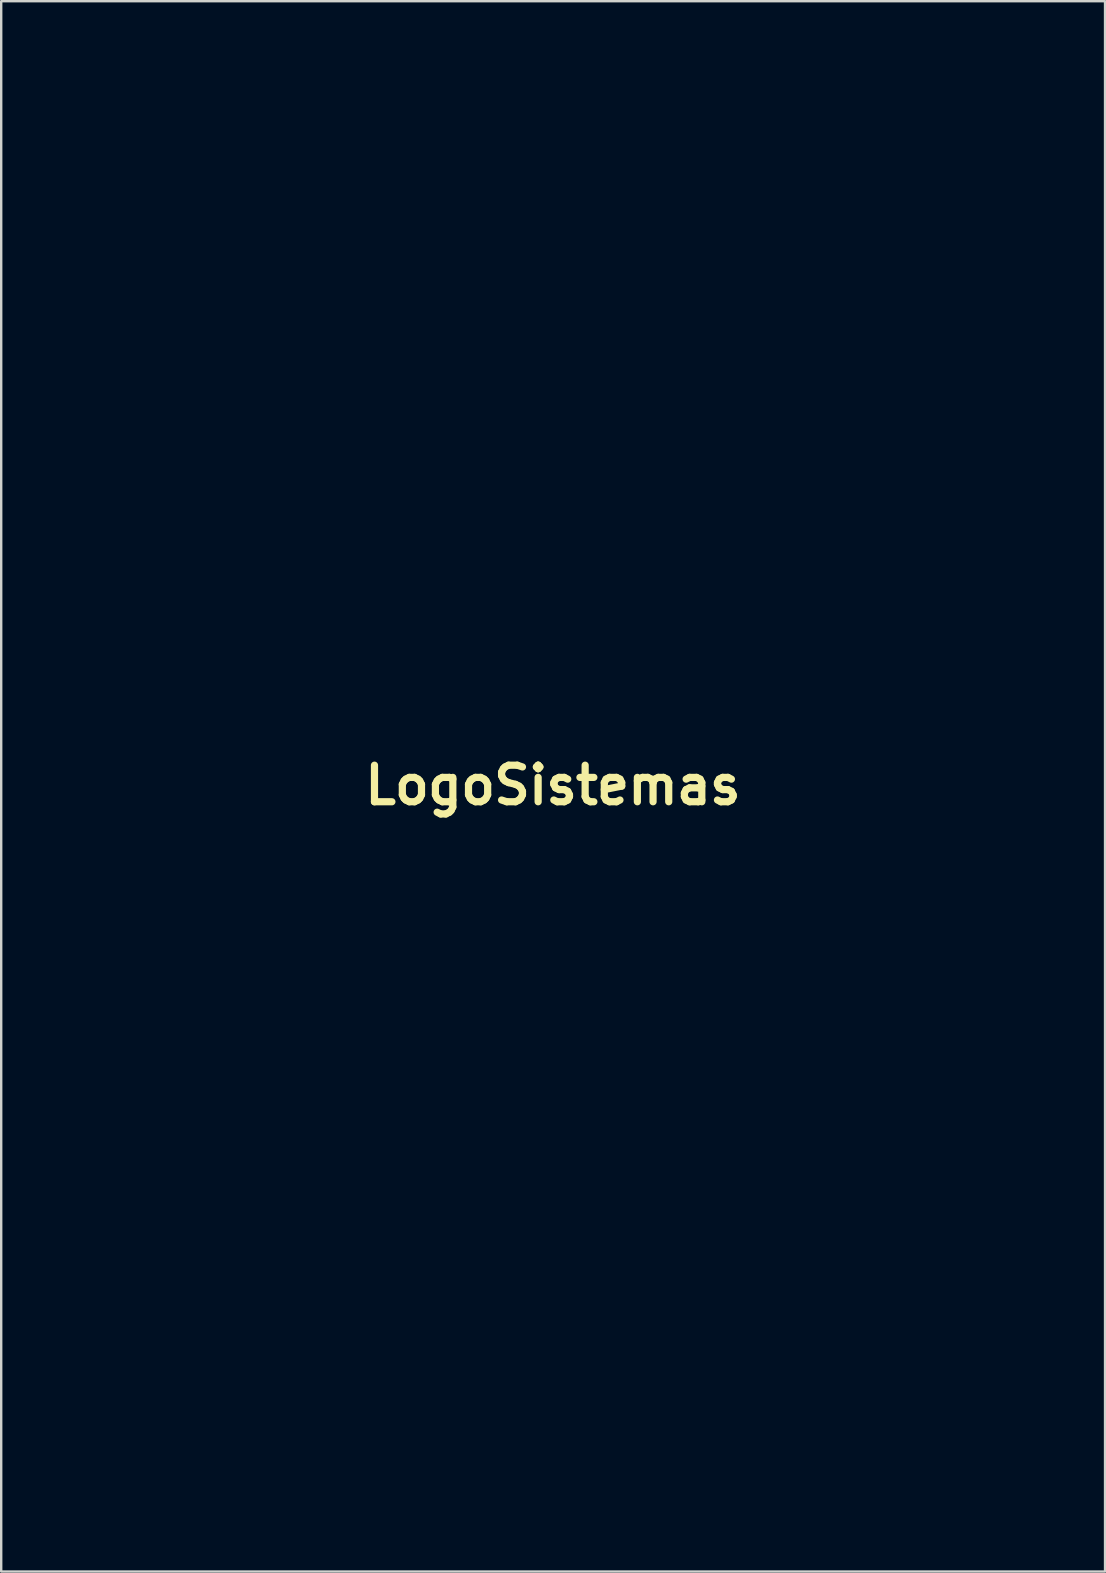
<source format=kicad_pcb>
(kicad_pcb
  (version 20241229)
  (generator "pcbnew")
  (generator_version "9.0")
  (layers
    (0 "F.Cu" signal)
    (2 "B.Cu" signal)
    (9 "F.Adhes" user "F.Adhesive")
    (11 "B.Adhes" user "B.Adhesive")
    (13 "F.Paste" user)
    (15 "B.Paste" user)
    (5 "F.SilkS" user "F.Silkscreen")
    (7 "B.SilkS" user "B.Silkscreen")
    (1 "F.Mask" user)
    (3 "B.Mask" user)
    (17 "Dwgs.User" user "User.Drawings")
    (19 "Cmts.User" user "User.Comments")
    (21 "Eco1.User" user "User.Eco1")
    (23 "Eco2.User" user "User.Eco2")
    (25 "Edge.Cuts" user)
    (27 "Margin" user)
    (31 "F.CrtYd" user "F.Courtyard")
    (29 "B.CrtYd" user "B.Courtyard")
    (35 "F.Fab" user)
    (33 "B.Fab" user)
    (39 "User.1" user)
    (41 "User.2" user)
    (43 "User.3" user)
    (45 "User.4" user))
  (footprint "LogoSistemas"
    (layer "F.Cu")
    (at 19.998 29.68)
    (property "Reference" "LogoSistemas" (at 0 0 0) (layer "F.SilkS") (effects (font (size 1.524 1.524) (thickness 0.3))))
    (attr through_hole)
    (fp_poly (pts (xy 14.85 -26.035) (xy 16.257 -24.998) (xy 17.502 -24.069) (xy 18.526 -23.294) (xy 19.27 -22.717) (xy 19.675 -22.385) (xy 19.731 -22.321) (xy 19.467 -22.24) (xy 18.742 -22.036) (xy 17.614 -21.724) (xy 16.138 -21.319) (xy 14.371 -20.836) (xy 12.369 -20.292) (xy 10.19 -19.7) (xy 7.888 -19.077) (xy 5.521 -18.437) (xy 3.144 -17.795) (xy 0.815 -17.168) (xy -1.411 -16.57) (xy -3.476 -16.016) (xy -5.326 -15.521) (xy -6.903 -15.102) (xy -8.15 -14.772) (xy -9.012 -14.547) (xy -9.433 -14.443) (xy -9.463 -14.438) (xy -9.554 -14.198) (xy -9.605 -13.585) (xy -9.618 -12.758) (xy -9.595 -11.877) (xy -9.538 -11.101) (xy -9.449 -10.591) (xy -9.414 -10.51) (xy -9.189 -10.426) (xy -8.657 -10.456) (xy -7.767 -10.609) (xy -7.088 -10.759) (xy -5.499 -10.759) (xy -5.236 -10.716) (xy -4.889 -10.765) (xy -4.885 -10.856) (xy -5.243 -10.92) (xy -5.397 -10.877) (xy -5.499 -10.759) (xy -7.088 -10.759) (xy -6.47 -10.894) (xy -5.928 -11.026) (xy -4.429 -11.026) (xy -4.166 -10.983) (xy -3.82 -11.032) (xy -3.816 -11.124) (xy -4.173 -11.187) (xy -4.328 -11.145) (xy -4.429 -11.026) (xy -5.928 -11.026) (xy -4.827 -11.293) (xy -3.36 -11.293) (xy -3.097 -11.251) (xy -2.75 -11.3) (xy -2.746 -11.391) (xy -3.104 -11.455) (xy -3.259 -11.412) (xy -3.36 -11.293) (xy -4.827 -11.293) (xy -4.717 -11.32) (xy -4.432 -11.392) (xy -3.266 -11.675) (xy -2.317 -11.675) (xy -2.28 -11.516) (xy -2.139 -11.497) (xy -1.919 -11.595) (xy -1.961 -11.675) (xy -2.278 -11.707) (xy -2.317 -11.675) (xy -3.266 -11.675) (xy -2.891 -11.766) (xy -2.111 -11.942) (xy -1.248 -11.942) (xy -1.211 -11.784) (xy -1.069 -11.764) (xy -0.849 -11.862) (xy -0.891 -11.942) (xy -1.209 -11.974) (xy -1.248 -11.942) (xy -2.111 -11.942) (xy -1.516 -12.077) (xy -0.867 -12.21) (xy -0.178 -12.21) (xy -0.142 -12.051) (xy 0 -12.032) (xy 0.22 -12.129) (xy 0.178 -12.21) (xy -0.139 -12.242) (xy -0.178 -12.21) (xy -0.867 -12.21) (xy -0.395 -12.306) (xy 0.383 -12.435) (xy 0.723 -12.449) (xy 0.977 -12.435) (xy 0.959 -12.529) (xy 1.176 -12.644) (xy 1.345 -12.7) (xy 1.872 -12.7) (xy 2.005 -12.566) (xy 2.139 -12.7) (xy 2.005 -12.834) (xy 1.872 -12.7) (xy 1.345 -12.7) (xy 1.856 -12.871) (xy 2.177 -12.967) (xy 2.941 -12.967) (xy 3.075 -12.834) (xy 3.208 -12.967) (xy 3.075 -13.101) (xy 2.941 -12.967) (xy 2.177 -12.967) (xy 2.942 -13.197) (xy 4.377 -13.603) (xy 6.104 -14.074) (xy 8.068 -14.595) (xy 10.212 -15.149) (xy 10.236 -15.155) (xy 19.652 -17.558) (xy 19.859 -15.396) (xy 19.942 -14.153) (xy 19.993 -12.623) (xy 20.004 -11.053) (xy 19.992 -10.324) (xy 19.919 -7.413) (xy 5.214 -3.486) (xy -9.492 0.441) (xy -9.571 2.228) (xy -9.581 3.194) (xy -9.53 3.969) (xy -9.437 4.366) (xy -9.286 4.418) (xy -8.914 4.396) (xy -8.287 4.294) (xy -7.371 4.102) (xy -6.133 3.813) (xy -4.538 3.419) (xy -2.554 2.911) (xy -0.147 2.283) (xy 2.718 1.524) (xy 5.08 0.894) (xy 7.757 0.18) (xy 10.283 -0.491) (xy 12.609 -1.106) (xy 14.689 -1.653) (xy 16.474 -2.119) (xy 17.917 -2.492) (xy 18.969 -2.759) (xy 19.582 -2.908) (xy 19.721 -2.935) (xy 19.802 -2.836) (xy 19.868 -2.509) (xy 19.92 -1.918) (xy 19.96 -1.022) (xy 19.987 0.214) (xy 20.003 1.831) (xy 20.008 3.865) (xy 20.003 6.356) (xy 19.99 9.34) (xy 19.988 9.544) (xy 19.919 22.029) (xy 5.748 25.809) (xy 3.071 26.523) (xy 0.534 27.199) (xy -1.813 27.824) (xy -3.919 28.385) (xy -5.736 28.868) (xy -7.213 29.26) (xy -8.3 29.548) (xy -8.949 29.719) (xy -9.101 29.758) (xy -9.382 29.77) (xy -9.76 29.66) (xy -10.292 29.392) (xy -11.034 28.932) (xy -12.041 28.246) (xy -13.37 27.3) (xy -14.788 26.27) (xy -19.556 22.788) (xy -18.803 22.788) (xy -18.616 23.021) (xy -18.063 23.496) (xy -17.22 24.159) (xy -16.167 24.953) (xy -14.979 25.824) (xy -13.735 26.716) (xy -12.512 27.573) (xy -11.387 28.34) (xy -10.438 28.961) (xy -9.743 29.382) (xy -9.379 29.546) (xy -9.358 29.545) (xy -9.029 29.458) (xy -8.233 29.247) (xy -7.019 28.925) (xy -5.436 28.505) (xy -3.532 27.999) (xy -1.359 27.422) (xy 1.036 26.786) (xy 3.603 26.104) (xy 4.813 25.783) (xy 7.45 25.081) (xy 9.944 24.415) (xy 12.244 23.798) (xy 14.3 23.244) (xy 16.062 22.767) (xy 17.48 22.38) (xy 18.504 22.096) (xy 19.083 21.93) (xy 19.184 21.898) (xy 19.785 21.67) (xy 19.785 -2.732) (xy 19.184 -2.58) (xy 18.312 -2.357) (xy 17.057 -2.029) (xy 15.474 -1.611) (xy 13.619 -1.118) (xy 11.549 -0.566) (xy 9.32 0.03) (xy 6.99 0.655) (xy 4.614 1.293) (xy 2.248 1.93) (xy -0.05 2.55) (xy -2.225 3.139) (xy -4.219 3.68) (xy -5.977 4.159) (xy -7.442 4.561) (xy -8.558 4.87) (xy -9.268 5.07) (xy -9.515 5.148) (xy -9.55 5.442) (xy -9.574 6.183) (xy -9.584 7.285) (xy -9.581 8.659) (xy -9.565 10.085) (xy -9.492 14.899) (xy 0.134 12.267) (xy 2.315 11.673) (xy 4.334 11.124) (xy 6.132 10.639) (xy 7.653 10.231) (xy 8.837 9.917) (xy 9.627 9.712) (xy 9.963 9.631) (xy 9.969 9.631) (xy 10.051 9.876) (xy 10.102 10.542) (xy 10.116 11.512) (xy 10.103 12.221) (xy 10.026 14.817) (xy -4.365 18.705) (xy -7.04 19.431) (xy -9.554 20.119) (xy -11.863 20.757) (xy -13.919 21.332) (xy -15.675 21.83) (xy -17.086 22.238) (xy -18.104 22.543) (xy -18.684 22.733) (xy -18.803 22.788) (xy -19.556 22.788) (xy -19.795 22.613) (xy -18.654 22.284) (xy -18.178 22.152) (xy -17.239 21.895) (xy -15.891 21.529) (xy -14.186 21.066) (xy -12.179 20.523) (xy -9.923 19.913) (xy -7.471 19.251) (xy -4.876 18.552) (xy -4.049 18.329) (xy -1.457 17.629) (xy 0.98 16.968) (xy 3.213 16.359) (xy 5.193 15.817) (xy 6.871 15.353) (xy 8.197 14.983) (xy 9.124 14.719) (xy 9.601 14.574) (xy 9.654 14.554) (xy 9.762 14.237) (xy 9.845 13.518) (xy 9.889 12.531) (xy 9.893 12.121) (xy 9.872 10.963) (xy 9.804 10.27) (xy 9.677 9.975) (xy 9.558 9.963) (xy 9.127 10.099) (xy 8.255 10.351) (xy 6.999 10.702) (xy 5.413 11.138) (xy 3.555 11.645) (xy 1.48 12.208) (xy -0.756 12.81) (xy -3.097 13.439) (xy -5.486 14.077) (xy -7.868 14.712) (xy -10.187 15.327) (xy -12.387 15.907) (xy -14.412 16.439) (xy -16.206 16.907) (xy -17.712 17.295) (xy -18.876 17.589) (xy -19.64 17.775) (xy -19.949 17.837) (xy -19.953 17.836) (xy -19.971 17.553) (xy -19.984 16.779) (xy -19.991 15.553) (xy -19.993 13.919) (xy -19.99 12.566) (xy -19.673 12.566) (xy -19.67 13.977) (xy -19.659 15.006) (xy -19.642 15.618) (xy -19.621 15.779) (xy -19.597 15.454) (xy -19.586 15.173) (xy -19.555 13.618) (xy -19.552 11.863) (xy -19.577 10.241) (xy -19.586 9.959) (xy -19.612 9.426) (xy -19.634 9.392) (xy -19.653 9.824) (xy -19.666 10.687) (xy -19.673 11.946) (xy -19.673 12.566) (xy -19.99 12.566) (xy -19.989 11.919) (xy -19.98 9.593) (xy -19.965 6.985) (xy -19.946 4.136) (xy -19.921 1.089) (xy -19.893 -2.053) (xy -19.819 -9.709) (xy -9.465 -9.709) (xy -9.138 -9.75) (xy -8.829 -9.802) (xy -7.938 -9.999) (xy -6.962 -10.275) (xy -6.824 -10.32) (xy -6.188 -10.536) (xy -6.042 -10.611) (xy -6.369 -10.57) (xy -6.678 -10.518) (xy -7.569 -10.321) (xy -8.545 -10.045) (xy -8.684 -10) (xy -9.32 -9.784) (xy -9.465 -9.709) (xy -19.819 -9.709) (xy -19.702 -21.811) (xy -4.907 -25.743) (xy 9.889 -29.675) (xy 14.85 -26.035)) (stroke (width 0.01) (type solid)) (fill no) (layer "Eco2.User")))
  (gr_rect
    (start -3 -3)
    (end 43.011 62.456)
    (stroke (width 0.1) (type default))
    (fill no)
    (layer "Edge.Cuts")))
</source>
